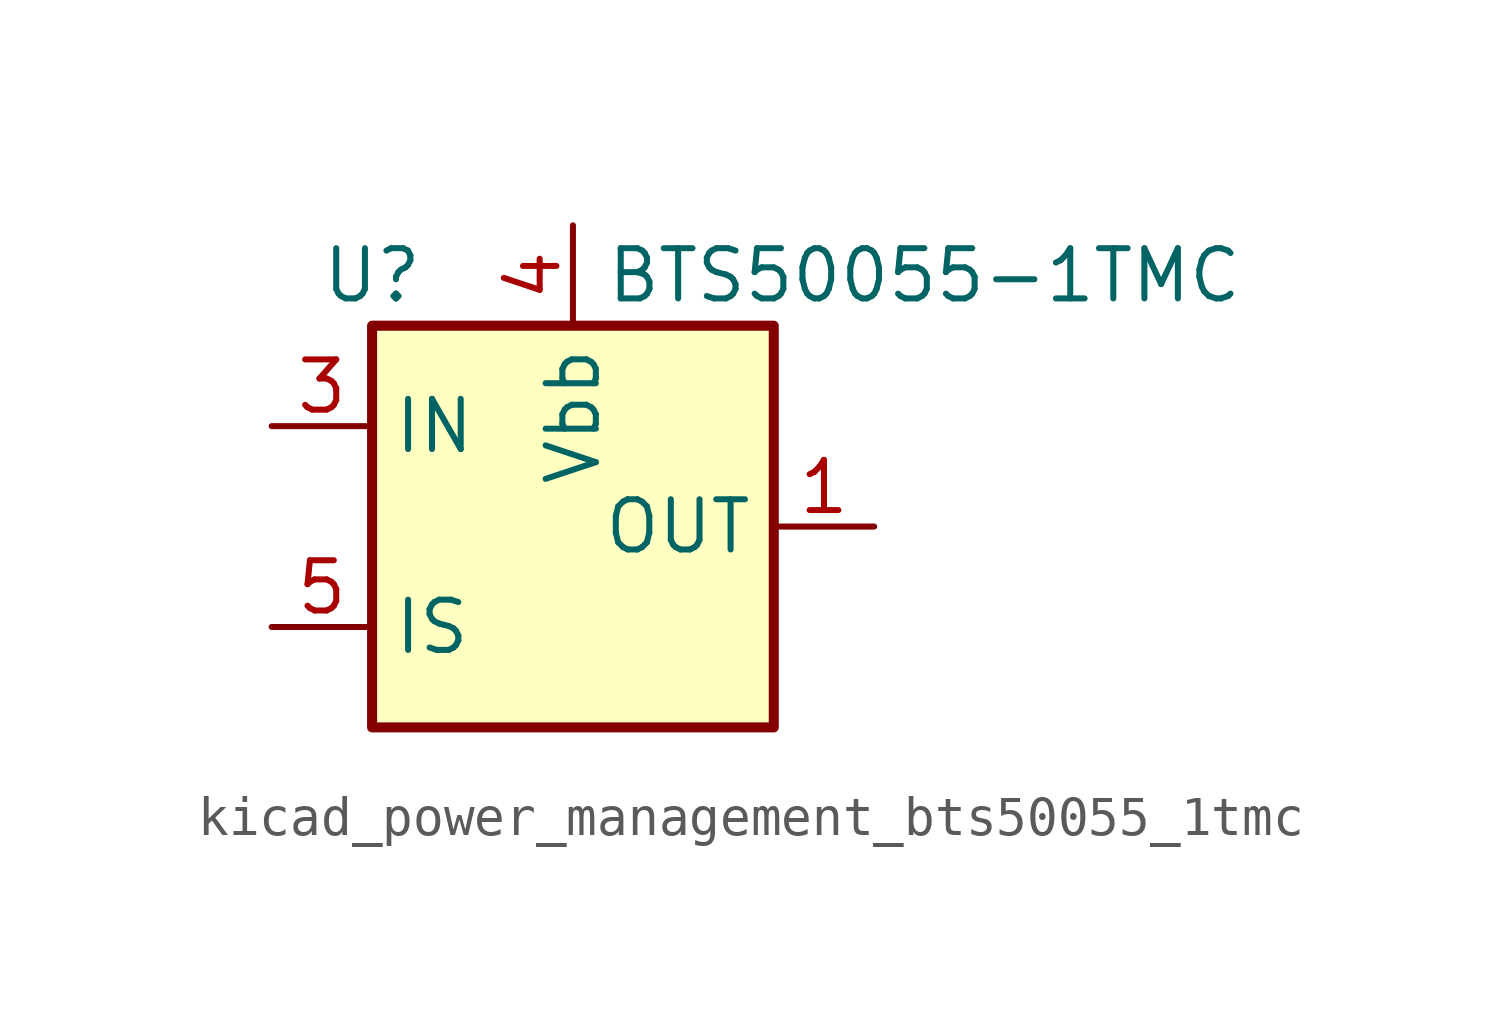
<source format=kicad_sym>
(kicad_symbol_lib
  (version 20220914)
  (generator kicad_symbol_editor)
  (symbol "kicad_power_management_bts50055_1tmc"
    (property "Reference" "U"
      (at -5.08 6.35 0)
      (effects (font (size 1.27 1.27))))
    (property "Value" "BTS50055-1TMC"
      (at 8.89 6.35 0)
      (effects (font (size 1.27 1.27))))
    (symbol "kicad_power_management_bts50055_1tmc_0_1"
      (rectangle (start -5.08 5.08) (end 5.08 -5.08) (stroke (width 0.254) (type default)) (fill (type background))))
    (symbol "kicad_power_management_bts50055_1tmc_1_1"
      (pin power_out line (at 7.62 0 180) (length 2.54) (name "OUT" (effects (font (size 1.27 1.27)))) (number "1" (effects (font (size 1.27 1.27)))))
      (pin passive line (at 7.62 0 180) (length 2.54) hide (name "OUT" (effects (font (size 1.27 1.27)))) (number "2" (effects (font (size 1.27 1.27)))))
      (pin input line (at -7.62 2.54 0) (length 2.54) (name "IN" (effects (font (size 1.27 1.27)))) (number "3" (effects (font (size 1.27 1.27)))))
      (pin power_in line (at 0 7.62 270) (length 2.54) (name "Vbb" (effects (font (size 1.27 1.27)))) (number "4" (effects (font (size 1.27 1.27)))))
      (pin output line (at -7.62 -2.54 0) (length 2.54) (name "IS" (effects (font (size 1.27 1.27)))) (number "5" (effects (font (size 1.27 1.27)))))
      (pin passive line (at 7.62 0 180) (length 2.54) hide (name "OUT" (effects (font (size 1.27 1.27)))) (number "6" (effects (font (size 1.27 1.27)))))
      (pin passive line (at 7.62 0 180) (length 2.54) hide (name "OUT" (effects (font (size 1.27 1.27)))) (number "7" (effects (font (size 1.27 1.27))))))))
</source>
